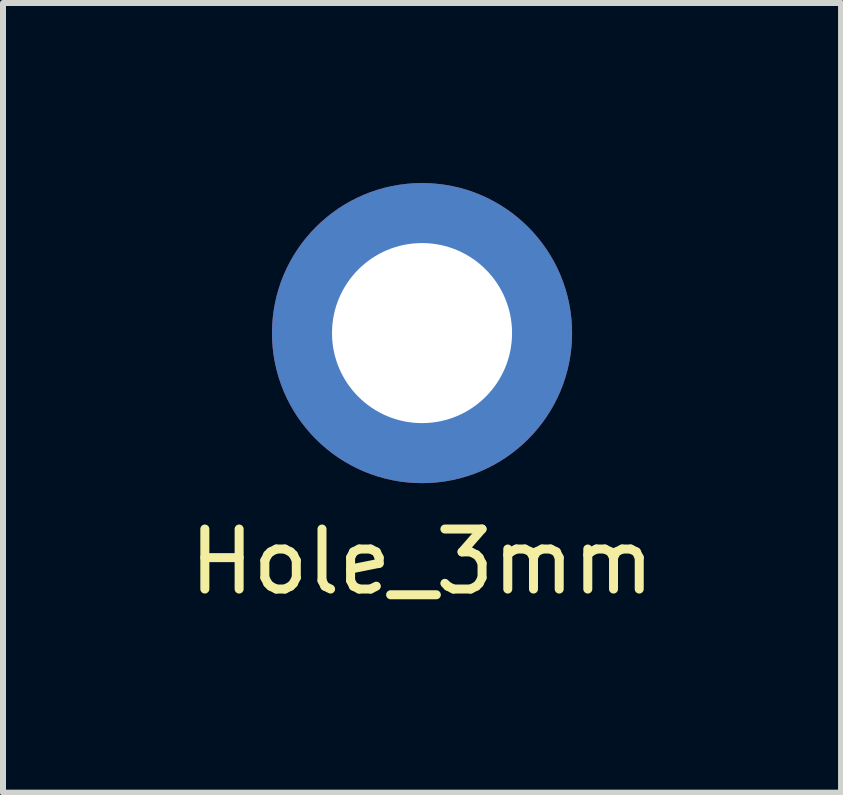
<source format=kicad_pcb>
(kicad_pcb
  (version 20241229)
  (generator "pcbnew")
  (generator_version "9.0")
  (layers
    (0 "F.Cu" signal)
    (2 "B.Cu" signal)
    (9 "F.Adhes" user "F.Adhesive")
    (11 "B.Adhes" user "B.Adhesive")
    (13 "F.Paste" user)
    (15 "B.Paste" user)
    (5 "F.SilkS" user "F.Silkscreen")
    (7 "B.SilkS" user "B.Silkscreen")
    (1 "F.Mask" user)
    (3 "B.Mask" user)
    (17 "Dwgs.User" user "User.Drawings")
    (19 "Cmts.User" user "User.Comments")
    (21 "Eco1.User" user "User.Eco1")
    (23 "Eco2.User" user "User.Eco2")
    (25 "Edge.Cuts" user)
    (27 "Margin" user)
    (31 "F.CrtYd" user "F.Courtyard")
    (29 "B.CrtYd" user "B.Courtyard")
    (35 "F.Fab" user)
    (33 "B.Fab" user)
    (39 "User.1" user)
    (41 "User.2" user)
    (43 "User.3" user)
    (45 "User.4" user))
  (footprint "Hole_3mm"
    (layer "F.Cu")
    (at 3.982 2.5)
    (property "Reference" "Hole_3mm" (at 0 3.81 0) (layer "F.SilkS") (effects (font (size 1 1) (thickness 0.15))))
    (attr through_hole)
    (pad "1" thru_hole circle (at 0 0) (size 5 5) (drill 3) (layers "*.Cu" "*.Mask")))
  (gr_rect
    (start -3 -3)
    (end 10.964 10.158)
    (stroke (width 0.1) (type default))
    (fill no)
    (layer "Edge.Cuts")))
</source>
